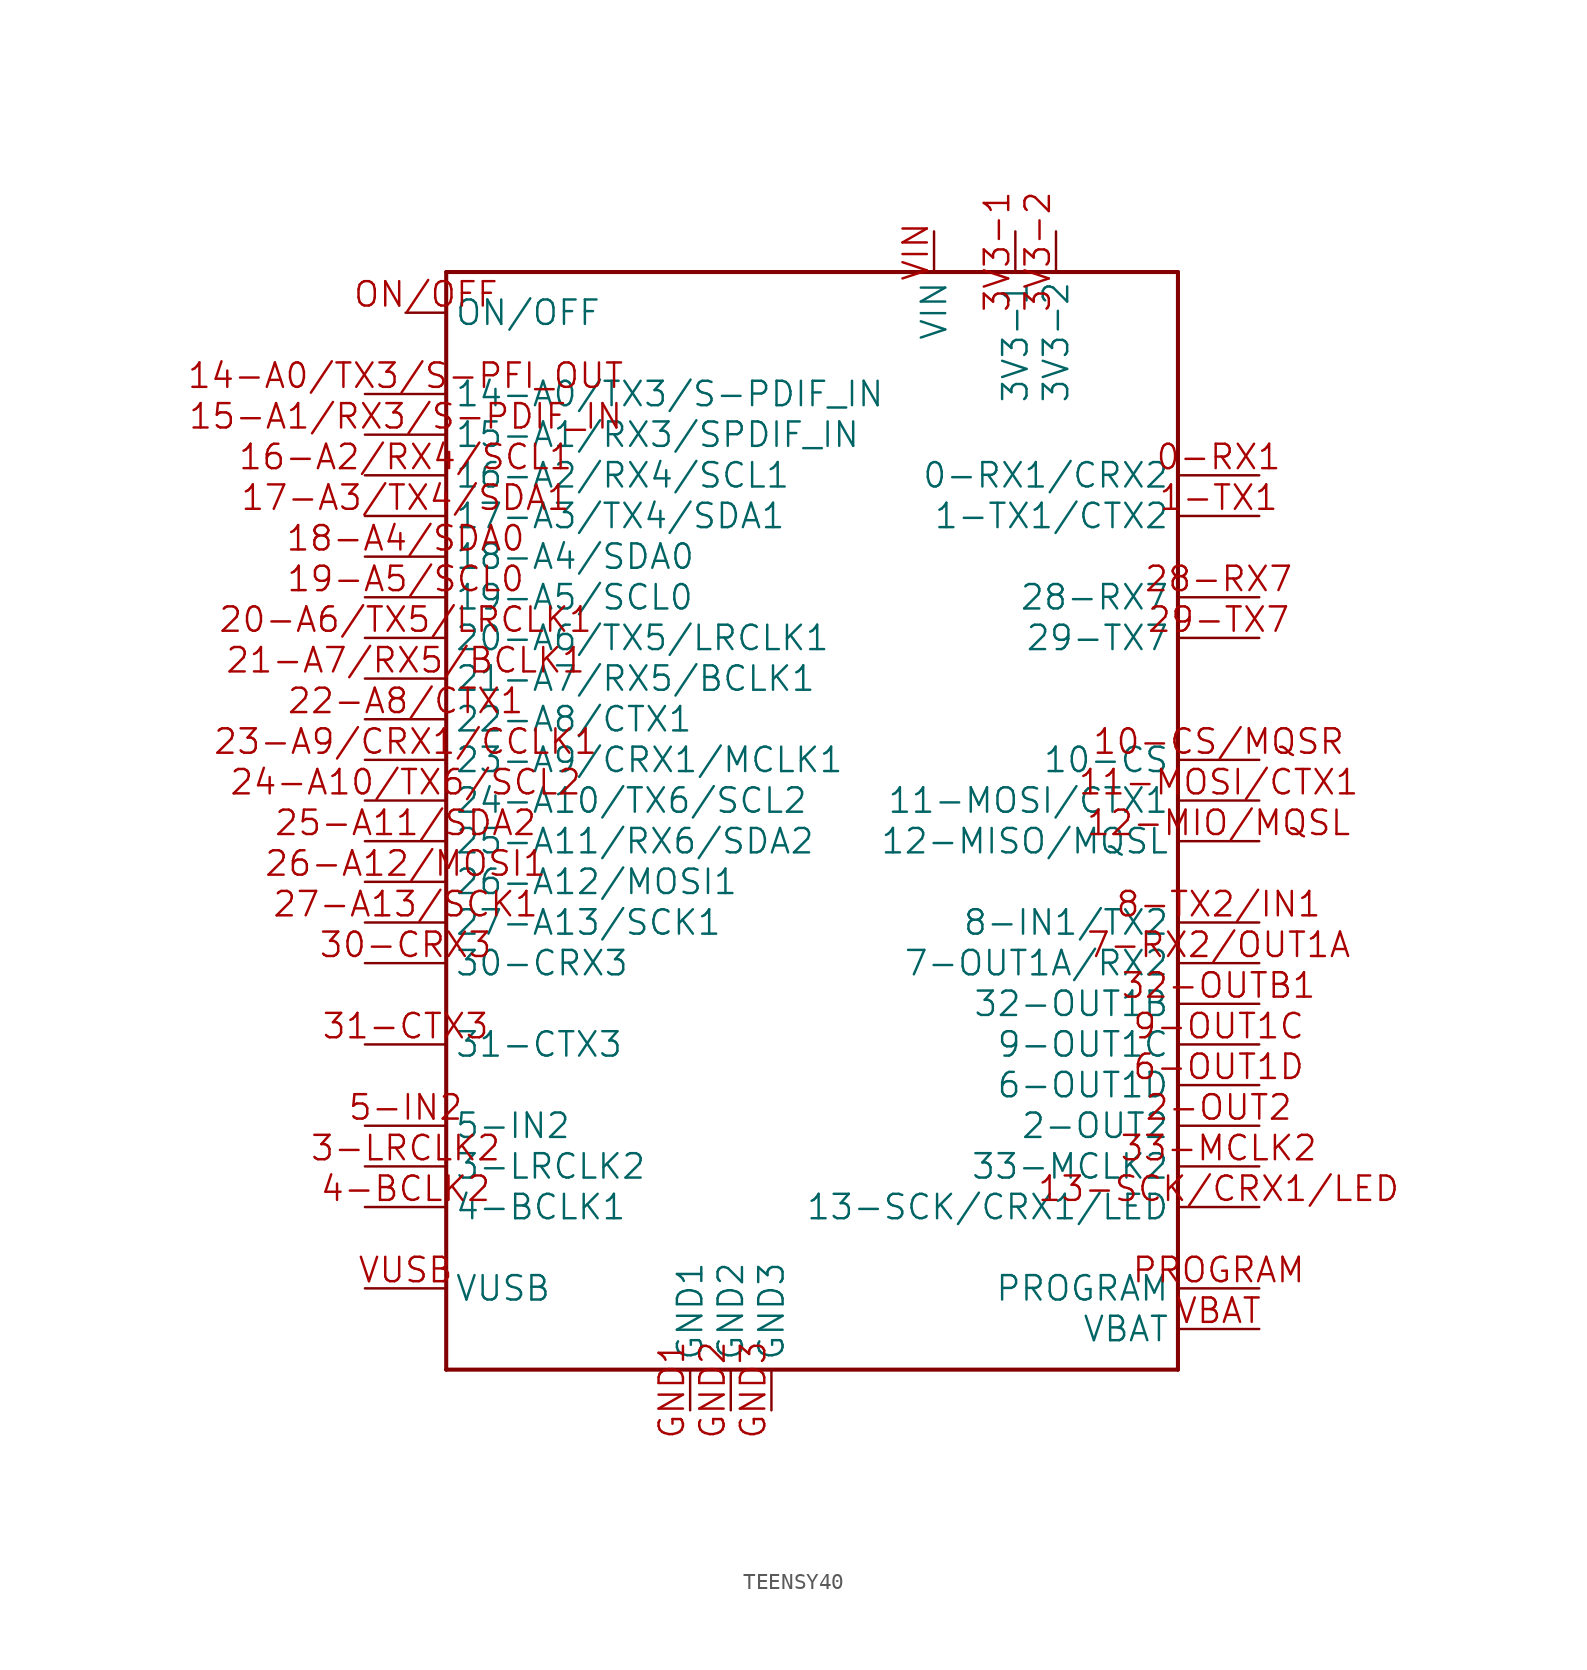
<source format=kicad_sym>
(kicad_symbol_lib
  (version 20241209)
  (generator "kicad_symbol_editor")
  (generator_version "9.0")
  (symbol "TEENSY40"
    (property "Reference" ""
      (at 0 0 0)
      (effects (font (size 1.27 1.27)) (hide yes)))
    (property "ki_locked" ""
      (at 0 0 0)
      (effects (font (size 1.27 1.27))))
    (symbol "TEENSY40_1_0"
      (polyline (pts (xy -22.86 30.48) (xy -22.86 -38.1)) (stroke (width 0.254) (type solid)) (fill (type none)))
      (polyline (pts (xy -22.86 -38.1) (xy 22.86 -38.1)) (stroke (width 0.254) (type solid)) (fill (type none)))
      (polyline (pts (xy 22.86 30.48) (xy -22.86 30.48)) (stroke (width 0.254) (type solid)) (fill (type none)))
      (polyline (pts (xy 22.86 -38.1) (xy 22.86 30.48)) (stroke (width 0.254) (type solid)) (fill (type none)))
      (pin bidirectional line (at -27.94 22.86 0) (length 5.08) (name "14-A0/TX3/S-PDIF_IN" (effects (font (size 1.524 1.524)))) (number "14-A0/TX3/S-PFI_OUT" (effects (font (size 1.524 1.524)))))
      (pin bidirectional line (at -27.94 20.32 0) (length 5.08) (name "15-A1/RX3/SPDIF_IN" (effects (font (size 1.524 1.524)))) (number "15-A1/RX3/S-PDIF_IN" (effects (font (size 1.524 1.524)))))
      (pin bidirectional line (at -27.94 17.78 0) (length 5.08) (name "16-A2/RX4/SCL1" (effects (font (size 1.524 1.524)))) (number "16-A2/RX4/SCL1" (effects (font (size 1.524 1.524)))))
      (pin bidirectional line (at -27.94 15.24 0) (length 5.08) (name "17-A3/TX4/SDA1" (effects (font (size 1.524 1.524)))) (number "17-A3/TX4/SDA1" (effects (font (size 1.524 1.524)))))
      (pin bidirectional line (at -27.94 12.7 0) (length 5.08) (name "18-A4/SDA0" (effects (font (size 1.524 1.524)))) (number "18-A4/SDA0" (effects (font (size 1.524 1.524)))))
      (pin bidirectional line (at -27.94 10.16 0) (length 5.08) (name "19-A5/SCL0" (effects (font (size 1.524 1.524)))) (number "19-A5/SCL0" (effects (font (size 1.524 1.524)))))
      (pin bidirectional line (at -27.94 7.62 0) (length 5.08) (name "20-A6/TX5/LRCLK1" (effects (font (size 1.524 1.524)))) (number "20-A6/TX5/LRCLK1" (effects (font (size 1.524 1.524)))))
      (pin bidirectional line (at -27.94 5.08 0) (length 5.08) (name "21-A7/RX5/BCLK1" (effects (font (size 1.524 1.524)))) (number "21-A7/RX5/BCLK1" (effects (font (size 1.524 1.524)))))
      (pin bidirectional line (at -27.94 2.54 0) (length 5.08) (name "22-A8/CTX1" (effects (font (size 1.524 1.524)))) (number "22-A8/CTX1" (effects (font (size 1.524 1.524)))))
      (pin bidirectional line (at -27.94 0 0) (length 5.08) (name "23-A9/CRX1/MCLK1" (effects (font (size 1.524 1.524)))) (number "23-A9/CRX1/CCLK1" (effects (font (size 1.524 1.524)))))
      (pin bidirectional line (at -27.94 -2.54 0) (length 5.08) (name "24-A10/TX6/SCL2" (effects (font (size 1.524 1.524)))) (number "24-A10/TX6/SCL2" (effects (font (size 1.524 1.524)))))
      (pin bidirectional line (at -27.94 -5.08 0) (length 5.08) (name "25-A11/RX6/SDA2" (effects (font (size 1.524 1.524)))) (number "25-A11/SDA2" (effects (font (size 1.524 1.524)))))
      (pin bidirectional line (at -27.94 -7.62 0) (length 5.08) (name "26-A12/MOSI1" (effects (font (size 1.524 1.524)))) (number "26-A12/MOSI1" (effects (font (size 1.524 1.524)))))
      (pin bidirectional line (at -27.94 -10.16 0) (length 5.08) (name "27-A13/SCK1" (effects (font (size 1.524 1.524)))) (number "27-A13/SCK1" (effects (font (size 1.524 1.524)))))
      (pin bidirectional line (at -27.94 -12.7 0) (length 5.08) (name "30-CRX3" (effects (font (size 1.524 1.524)))) (number "30-CRX3" (effects (font (size 1.524 1.524)))))
      (pin bidirectional line (at -27.94 -17.78 0) (length 5.08) (name "31-CTX3" (effects (font (size 1.524 1.524)))) (number "31-CTX3" (effects (font (size 1.524 1.524)))))
      (pin bidirectional line (at -27.94 -22.86 0) (length 5.08) (name "5-IN2" (effects (font (size 1.524 1.524)))) (number "5-IN2" (effects (font (size 1.524 1.524)))))
      (pin bidirectional line (at -27.94 -25.4 0) (length 5.08) (name "3-LRCLK2" (effects (font (size 1.524 1.524)))) (number "3-LRCLK2" (effects (font (size 1.524 1.524)))))
      (pin bidirectional line (at -27.94 -27.94 0) (length 5.08) (name "4-BCLK1" (effects (font (size 1.524 1.524)))) (number "4-BCLK2" (effects (font (size 1.524 1.524)))))
      (pin bidirectional line (at -27.94 -33.02 0) (length 5.08) (name "VUSB" (effects (font (size 1.524 1.524)))) (number "VUSB" (effects (font (size 1.524 1.524)))))
      (pin bidirectional line (at -25.4 27.94 0) (length 2.54) (name "ON/OFF" (effects (font (size 1.524 1.524)))) (number "ON/OFF" (effects (font (size 1.524 1.524)))))
      (pin bidirectional line (at -7.62 -40.64 90) (length 2.54) (name "GND1" (effects (font (size 1.524 1.524)))) (number "GND1" (effects (font (size 1.524 1.524)))))
      (pin bidirectional line (at -5.08 -40.64 90) (length 2.54) (name "GND2" (effects (font (size 1.524 1.524)))) (number "GND2" (effects (font (size 1.524 1.524)))))
      (pin bidirectional line (at -2.54 -40.64 90) (length 2.54) (name "GND3" (effects (font (size 1.524 1.524)))) (number "GND3" (effects (font (size 1.524 1.524)))))
      (pin bidirectional line (at 7.62 33.02 270) (length 2.54) (name "VIN" (effects (font (size 1.524 1.524)))) (number "VIN" (effects (font (size 1.524 1.524)))))
      (pin bidirectional line (at 12.7 33.02 270) (length 2.54) (name "3V3-1" (effects (font (size 1.524 1.524)))) (number "3V3-1" (effects (font (size 1.524 1.524)))))
      (pin bidirectional line (at 15.24 33.02 270) (length 2.54) (name "3V3-2" (effects (font (size 1.524 1.524)))) (number "3V3-2" (effects (font (size 1.524 1.524)))))
      (pin bidirectional line (at 27.94 17.78 180) (length 5.08) (name "0-RX1/CRX2" (effects (font (size 1.524 1.524)))) (number "0-RX1" (effects (font (size 1.524 1.524)))))
      (pin bidirectional line (at 27.94 15.24 180) (length 5.08) (name "1-TX1/CTX2" (effects (font (size 1.524 1.524)))) (number "1-TX1" (effects (font (size 1.524 1.524)))))
      (pin bidirectional line (at 27.94 10.16 180) (length 5.08) (name "28-RX7" (effects (font (size 1.524 1.524)))) (number "28-RX7" (effects (font (size 1.524 1.524)))))
      (pin bidirectional line (at 27.94 7.62 180) (length 5.08) (name "29-TX7" (effects (font (size 1.524 1.524)))) (number "29-TX7" (effects (font (size 1.524 1.524)))))
      (pin bidirectional line (at 27.94 0 180) (length 5.08) (name "10-CS" (effects (font (size 1.524 1.524)))) (number "10-CS/MQSR" (effects (font (size 1.524 1.524)))))
      (pin bidirectional line (at 27.94 -2.54 180) (length 5.08) (name "11-MOSI/CTX1" (effects (font (size 1.524 1.524)))) (number "11-MOSI/CTX1" (effects (font (size 1.524 1.524)))))
      (pin bidirectional line (at 27.94 -5.08 180) (length 5.08) (name "12-MISO/MQSL" (effects (font (size 1.524 1.524)))) (number "12-MIO/MQSL" (effects (font (size 1.524 1.524)))))
      (pin bidirectional line (at 27.94 -10.16 180) (length 5.08) (name "8-IN1/TX2" (effects (font (size 1.524 1.524)))) (number "8-TX2/IN1" (effects (font (size 1.524 1.524)))))
      (pin bidirectional line (at 27.94 -12.7 180) (length 5.08) (name "7-OUT1A/RX2" (effects (font (size 1.524 1.524)))) (number "7-RX2/OUT1A" (effects (font (size 1.524 1.524)))))
      (pin bidirectional line (at 27.94 -15.24 180) (length 5.08) (name "32-OUT1B" (effects (font (size 1.524 1.524)))) (number "32-OUTB1" (effects (font (size 1.524 1.524)))))
      (pin bidirectional line (at 27.94 -17.78 180) (length 5.08) (name "9-OUT1C" (effects (font (size 1.524 1.524)))) (number "9-OUT1C" (effects (font (size 1.524 1.524)))))
      (pin bidirectional line (at 27.94 -20.32 180) (length 5.08) (name "6-OUT1D" (effects (font (size 1.524 1.524)))) (number "6-OUT1D" (effects (font (size 1.524 1.524)))))
      (pin bidirectional line (at 27.94 -22.86 180) (length 5.08) (name "2-OUT2" (effects (font (size 1.524 1.524)))) (number "2-OUT2" (effects (font (size 1.524 1.524)))))
      (pin bidirectional line (at 27.94 -25.4 180) (length 5.08) (name "33-MCLK2" (effects (font (size 1.524 1.524)))) (number "33-MCLK2" (effects (font (size 1.524 1.524)))))
      (pin bidirectional line (at 27.94 -27.94 180) (length 5.08) (name "13-SCK/CRX1/LED" (effects (font (size 1.524 1.524)))) (number "13-SCK/CRX1/LED" (effects (font (size 1.524 1.524)))))
      (pin bidirectional line (at 27.94 -33.02 180) (length 5.08) (name "PROGRAM" (effects (font (size 1.524 1.524)))) (number "PROGRAM" (effects (font (size 1.524 1.524)))))
      (pin bidirectional line (at 27.94 -35.56 180) (length 5.08) (name "VBAT" (effects (font (size 1.524 1.524)))) (number "VBAT" (effects (font (size 1.524 1.524))))))))
</source>
